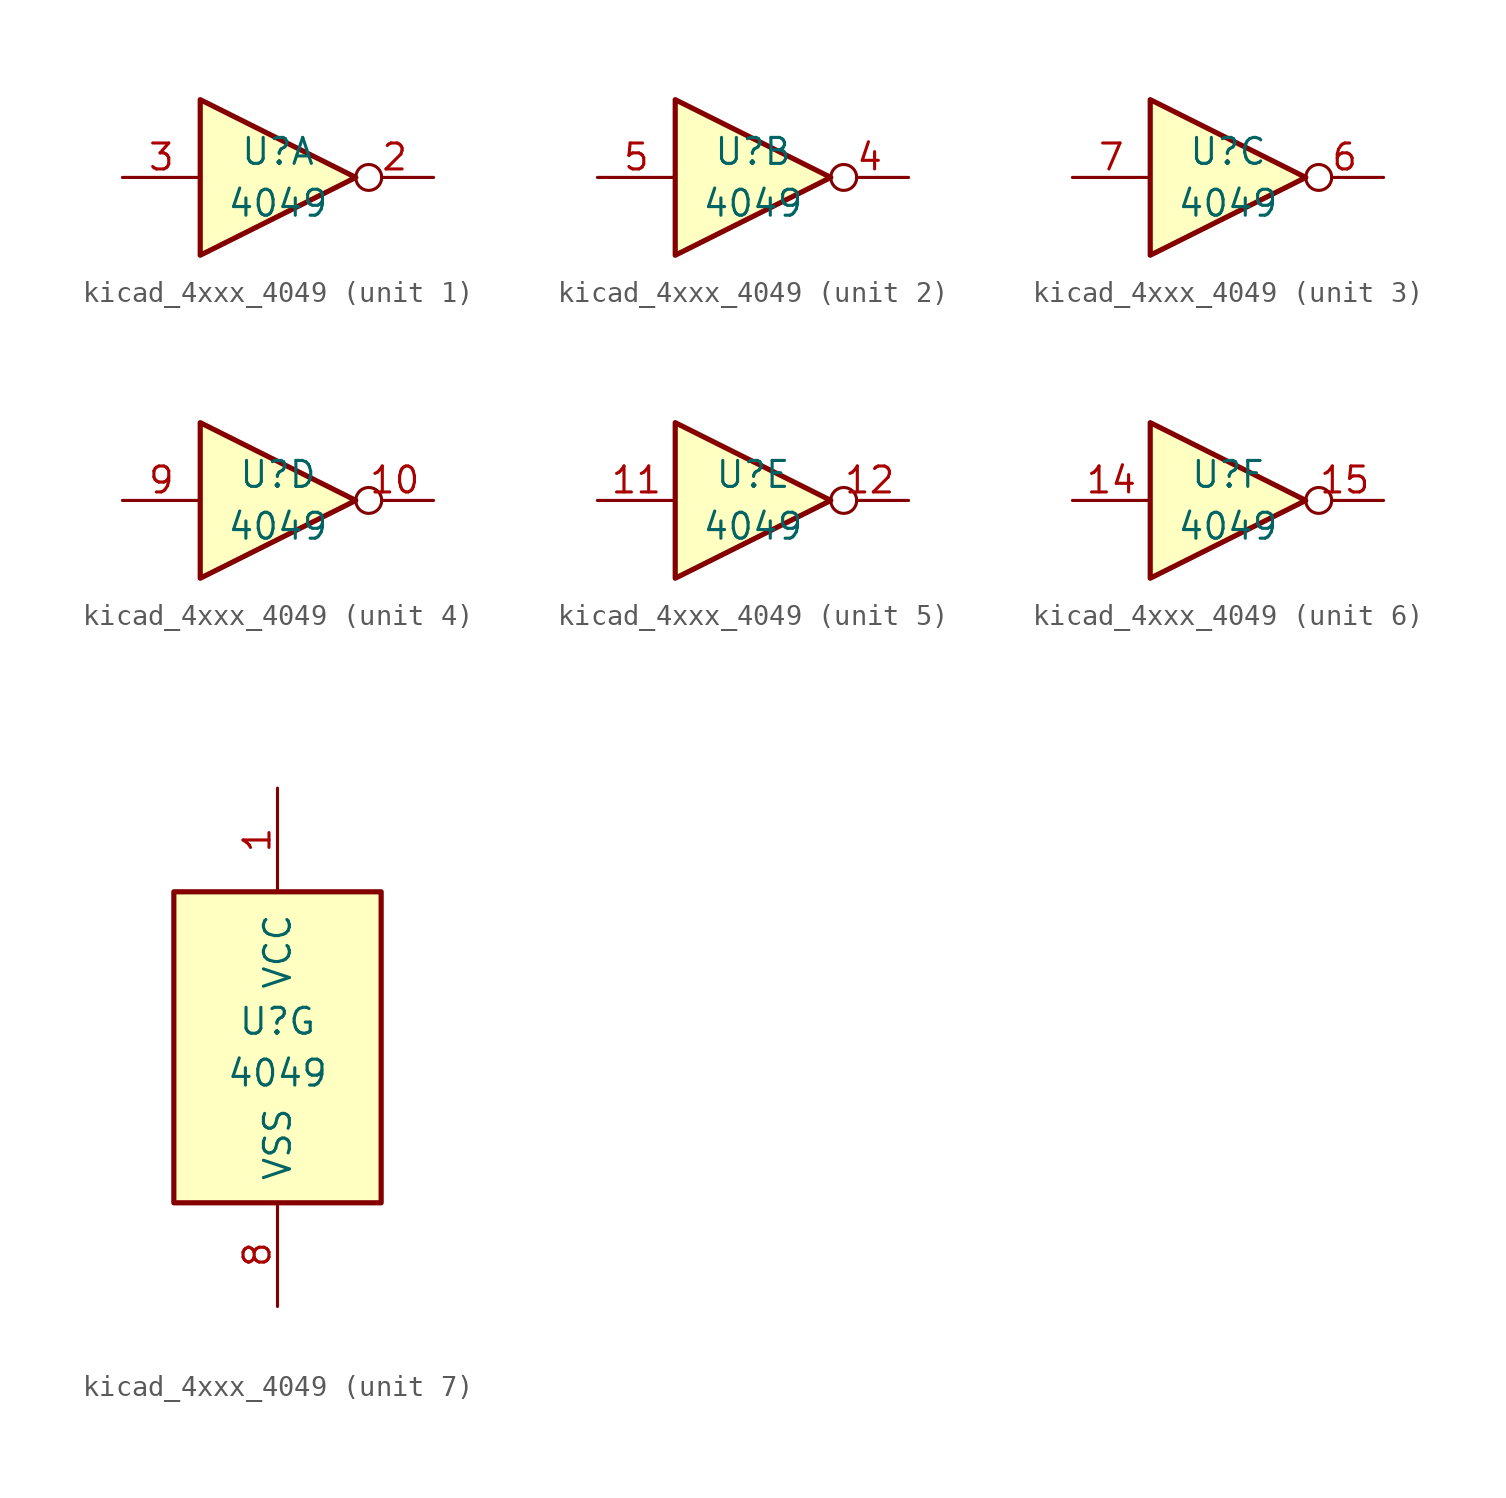
<source format=kicad_sym>
(kicad_symbol_lib
  (version 20220914)
  (generator kicad_symbol_editor)
  (symbol "kicad_4xxx_4049"
    (pin_names
      (offset 1.016))
    (property "Reference" "U"
      (at 0 1.27 0)
      (effects (font (size 1.27 1.27))))
    (property "Value" "4049"
      (at 0 -1.27 0)
      (effects (font (size 1.27 1.27))))
    (property "ki_locked" ""
      (at 0 0 0)
      (effects (font (size 1.27 1.27))))
    (symbol "kicad_4xxx_4049_1_0"
      (polyline (pts (xy -3.81 3.81) (xy -3.81 -3.81) (xy 3.81 0) (xy -3.81 3.81)) (stroke (width 0.254) (type default)) (fill (type background)))
      (pin output inverted (at 7.62 0 180) (length 3.81) (name "~" (effects (font (size 1.27 1.27)))) (number "2" (effects (font (size 1.27 1.27)))))
      (pin input line (at -7.62 0 0) (length 3.81) (name "~" (effects (font (size 1.27 1.27)))) (number "3" (effects (font (size 1.27 1.27))))))
    (symbol "kicad_4xxx_4049_2_0"
      (polyline (pts (xy -3.81 3.81) (xy -3.81 -3.81) (xy 3.81 0) (xy -3.81 3.81)) (stroke (width 0.254) (type default)) (fill (type background)))
      (pin output inverted (at 7.62 0 180) (length 3.81) (name "~" (effects (font (size 1.27 1.27)))) (number "4" (effects (font (size 1.27 1.27)))))
      (pin input line (at -7.62 0 0) (length 3.81) (name "~" (effects (font (size 1.27 1.27)))) (number "5" (effects (font (size 1.27 1.27))))))
    (symbol "kicad_4xxx_4049_3_0"
      (polyline (pts (xy -3.81 3.81) (xy -3.81 -3.81) (xy 3.81 0) (xy -3.81 3.81)) (stroke (width 0.254) (type default)) (fill (type background)))
      (pin output inverted (at 7.62 0 180) (length 3.81) (name "~" (effects (font (size 1.27 1.27)))) (number "6" (effects (font (size 1.27 1.27)))))
      (pin input line (at -7.62 0 0) (length 3.81) (name "~" (effects (font (size 1.27 1.27)))) (number "7" (effects (font (size 1.27 1.27))))))
    (symbol "kicad_4xxx_4049_4_0"
      (polyline (pts (xy -3.81 3.81) (xy -3.81 -3.81) (xy 3.81 0) (xy -3.81 3.81)) (stroke (width 0.254) (type default)) (fill (type background)))
      (pin output inverted (at 7.62 0 180) (length 3.81) (name "~" (effects (font (size 1.27 1.27)))) (number "10" (effects (font (size 1.27 1.27)))))
      (pin input line (at -7.62 0 0) (length 3.81) (name "~" (effects (font (size 1.27 1.27)))) (number "9" (effects (font (size 1.27 1.27))))))
    (symbol "kicad_4xxx_4049_5_0"
      (polyline (pts (xy -3.81 3.81) (xy -3.81 -3.81) (xy 3.81 0) (xy -3.81 3.81)) (stroke (width 0.254) (type default)) (fill (type background)))
      (pin input line (at -7.62 0 0) (length 3.81) (name "~" (effects (font (size 1.27 1.27)))) (number "11" (effects (font (size 1.27 1.27)))))
      (pin output inverted (at 7.62 0 180) (length 3.81) (name "~" (effects (font (size 1.27 1.27)))) (number "12" (effects (font (size 1.27 1.27))))))
    (symbol "kicad_4xxx_4049_6_0"
      (polyline (pts (xy -3.81 3.81) (xy -3.81 -3.81) (xy 3.81 0) (xy -3.81 3.81)) (stroke (width 0.254) (type default)) (fill (type background)))
      (pin input line (at -7.62 0 0) (length 3.81) (name "~" (effects (font (size 1.27 1.27)))) (number "14" (effects (font (size 1.27 1.27)))))
      (pin output inverted (at 7.62 0 180) (length 3.81) (name "~" (effects (font (size 1.27 1.27)))) (number "15" (effects (font (size 1.27 1.27))))))
    (symbol "kicad_4xxx_4049_7_0"
      (pin power_in line (at 0 12.7 270) (length 5.08) (name "VCC" (effects (font (size 1.27 1.27)))) (number "1" (effects (font (size 1.27 1.27)))))
      (pin power_in line (at 0 -12.7 90) (length 5.08) (name "VSS" (effects (font (size 1.27 1.27)))) (number "8" (effects (font (size 1.27 1.27))))))
    (symbol "kicad_4xxx_4049_7_1"
      (rectangle (start -5.08 7.62) (end 5.08 -7.62) (stroke (width 0.254) (type default)) (fill (type background))))))
</source>
